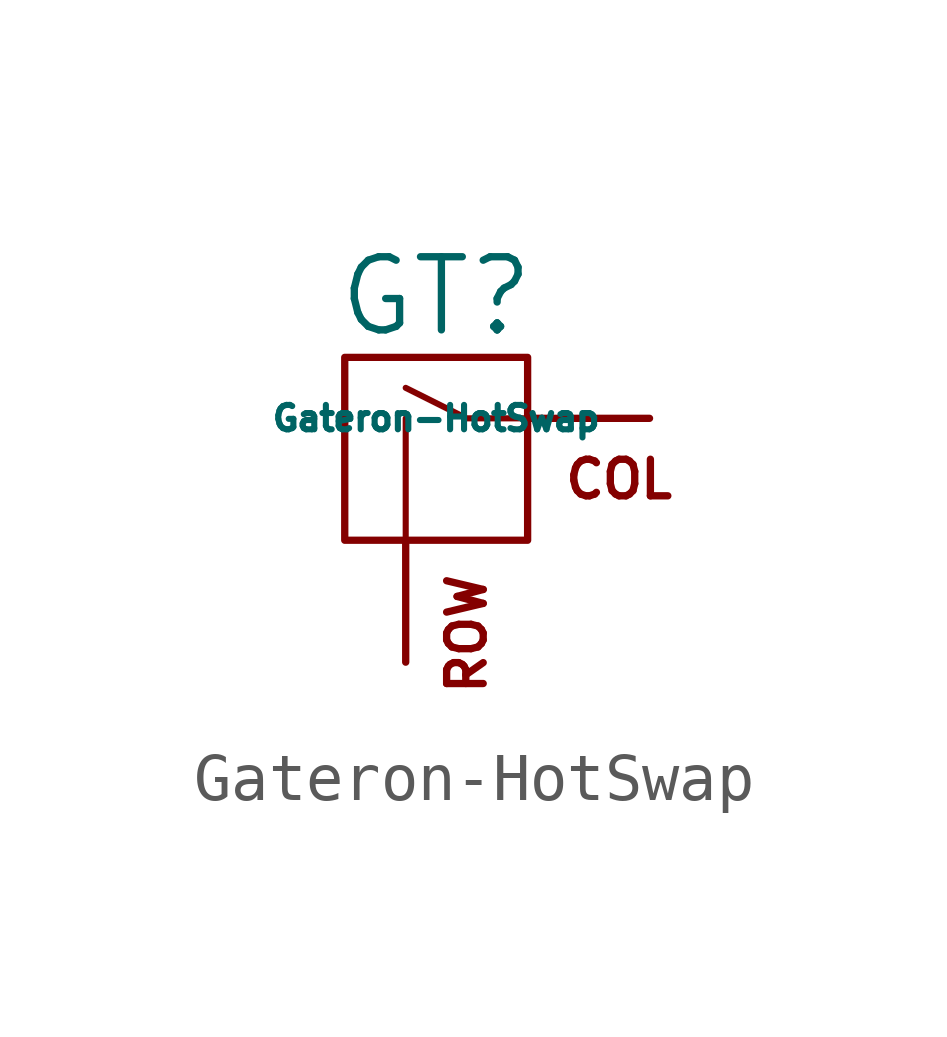
<source format=kicad_sym>
(kicad_symbol_lib
  (version 20231120)
  (generator "kicad_symbol_editor")
  (generator_version "8.0")
  (symbol "Gateron-HotSwap"
    (pin_names
      (offset 1.016))
    (property "Reference" "GT"
      (at -0.635 3.81 0)
      (effects (font (size 1.524 1.524))))
    (property "Value" "Gateron-HotSwap"
      (at -0.635 1.27 0)
      (effects (font (size 0.508 0.508))))
    (symbol "Gateron-HotSwap_0_0"
      (rectangle (start -2.54 2.54) (end 1.27 -1.27) (stroke (width 0) (type solid)) (fill (type none)))
      (polyline (pts (xy -1.27 -1.27) (xy -1.27 1.27)) (stroke (width 0.127) (type solid)) (fill (type none)))
      (polyline (pts (xy 1.27 1.27) (xy 0 1.27) (xy -1.27 1.905)) (stroke (width 0.127) (type solid)) (fill (type none)))
      (text "COL" (at 3.175 0 0) (effects (font (size 0.762 0.762))))
      (text "ROW" (at 0 -1.905 900) (effects (font (size 0.762 0.762)) (justify right))))
    (symbol "Gateron-HotSwap_1_1"
      (pin passive line (at 3.81 1.27 180) (length 2.54) (name "COL" (effects (font (size 0 0)))) (number "1" (effects (font (size 0 0)))))
      (pin passive line (at -1.27 -3.81 90) (length 2.54) (name "ROW" (effects (font (size 0 0)))) (number "2" (effects (font (size 0 0))))))))
</source>
